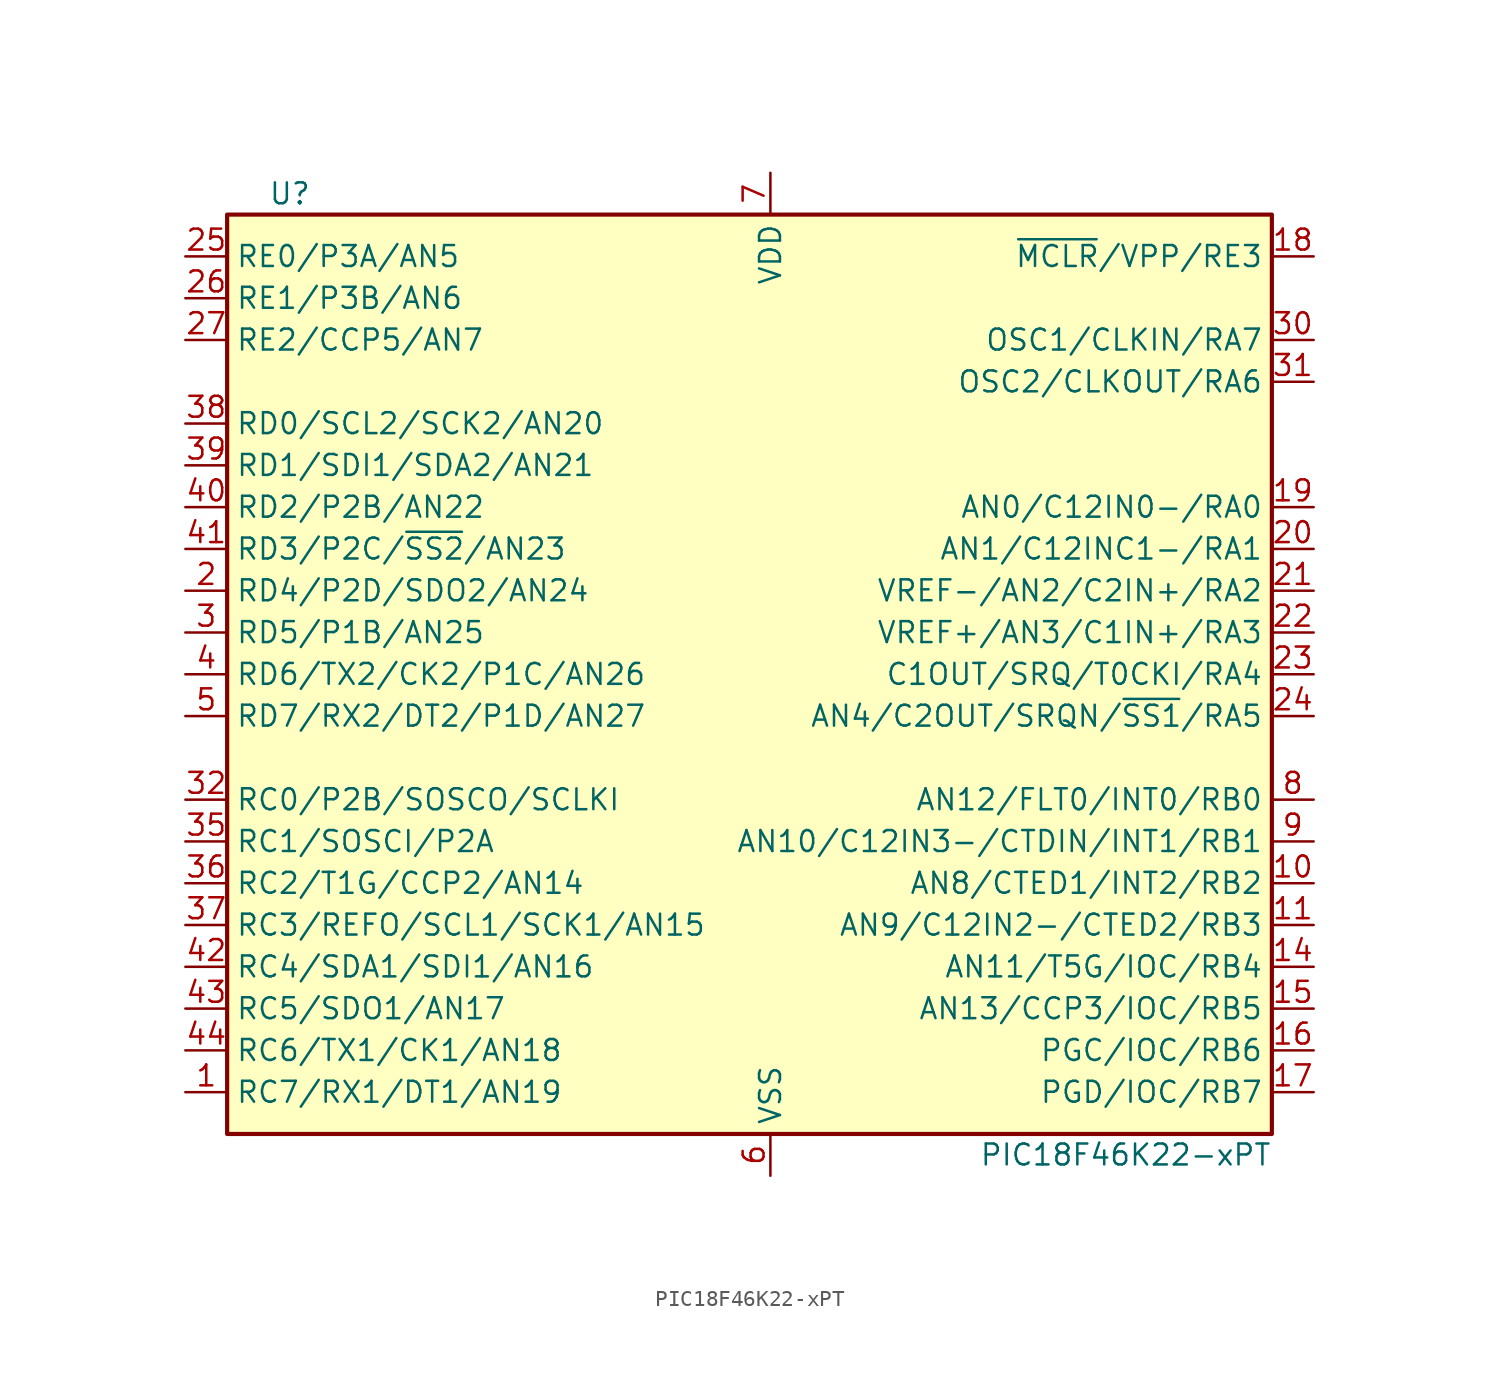
<source format=kicad_sym>
(kicad_symbol_lib
  (version 20211014)
  (generator kicad_symbol_editor)
  (symbol "PIC18F46K22-xPT"
    (property "Reference" "U"
      (at -29.21 29.21 0)
      (effects (font (size 1.27 1.27))))
    (property "Value" "PIC18F46K22-xPT"
      (at 21.59 -29.21 0)
      (effects (font (size 1.27 1.27))))
    (symbol "PIC18F46K22-xPT_0_1"
      (rectangle (start -33.02 27.94) (end 30.48 -27.94) (stroke (width 0.254) (type default) (color 0 0 0 0)) (fill (type background))))
    (symbol "PIC18F46K22-xPT_1_1"
      (pin bidirectional line (at -35.56 -25.4 0) (length 2.54) (name "RC7/RX1/DT1/AN19" (effects (font (size 1.27 1.27)))) (number "1" (effects (font (size 1.27 1.27)))))
      (pin bidirectional line (at 33.02 -12.7 180) (length 2.54) (name "AN8/CTED1/INT2/RB2" (effects (font (size 1.27 1.27)))) (number "10" (effects (font (size 1.27 1.27)))))
      (pin bidirectional line (at 33.02 -15.24 180) (length 2.54) (name "AN9/C12IN2-/CTED2/RB3" (effects (font (size 1.27 1.27)))) (number "11" (effects (font (size 1.27 1.27)))))
      (pin no_connect line (at -10.16 -27.94 90) (length 2.54) hide (name "NC" (effects (font (size 1.27 1.27)))) (number "12" (effects (font (size 1.27 1.27)))))
      (pin no_connect line (at -7.62 -27.94 90) (length 2.54) hide (name "NC" (effects (font (size 1.27 1.27)))) (number "13" (effects (font (size 1.27 1.27)))))
      (pin bidirectional line (at 33.02 -17.78 180) (length 2.54) (name "AN11/T5G/IOC/RB4" (effects (font (size 1.27 1.27)))) (number "14" (effects (font (size 1.27 1.27)))))
      (pin bidirectional line (at 33.02 -20.32 180) (length 2.54) (name "AN13/CCP3/IOC/RB5" (effects (font (size 1.27 1.27)))) (number "15" (effects (font (size 1.27 1.27)))))
      (pin bidirectional line (at 33.02 -22.86 180) (length 2.54) (name "PGC/IOC/RB6" (effects (font (size 1.27 1.27)))) (number "16" (effects (font (size 1.27 1.27)))))
      (pin bidirectional line (at 33.02 -25.4 180) (length 2.54) (name "PGD/IOC/RB7" (effects (font (size 1.27 1.27)))) (number "17" (effects (font (size 1.27 1.27)))))
      (pin bidirectional line (at 33.02 25.4 180) (length 2.54) (name "~{MCLR}/VPP/RE3" (effects (font (size 1.27 1.27)))) (number "18" (effects (font (size 1.27 1.27)))))
      (pin bidirectional line (at 33.02 10.16 180) (length 2.54) (name "AN0/C12IN0-/RA0" (effects (font (size 1.27 1.27)))) (number "19" (effects (font (size 1.27 1.27)))))
      (pin bidirectional line (at -35.56 5.08 0) (length 2.54) (name "RD4/P2D/SDO2/AN24" (effects (font (size 1.27 1.27)))) (number "2" (effects (font (size 1.27 1.27)))))
      (pin bidirectional line (at 33.02 7.62 180) (length 2.54) (name "AN1/C12INC1-/RA1" (effects (font (size 1.27 1.27)))) (number "20" (effects (font (size 1.27 1.27)))))
      (pin bidirectional line (at 33.02 5.08 180) (length 2.54) (name "VREF-/AN2/C2IN+/RA2" (effects (font (size 1.27 1.27)))) (number "21" (effects (font (size 1.27 1.27)))))
      (pin bidirectional line (at 33.02 2.54 180) (length 2.54) (name "VREF+/AN3/C1IN+/RA3" (effects (font (size 1.27 1.27)))) (number "22" (effects (font (size 1.27 1.27)))))
      (pin bidirectional line (at 33.02 0 180) (length 2.54) (name "C1OUT/SRQ/T0CKI/RA4" (effects (font (size 1.27 1.27)))) (number "23" (effects (font (size 1.27 1.27)))))
      (pin bidirectional line (at 33.02 -2.54 180) (length 2.54) (name "AN4/C2OUT/SRQN/~{SS1}/RA5" (effects (font (size 1.27 1.27)))) (number "24" (effects (font (size 1.27 1.27)))))
      (pin bidirectional line (at -35.56 25.4 0) (length 2.54) (name "RE0/P3A/AN5" (effects (font (size 1.27 1.27)))) (number "25" (effects (font (size 1.27 1.27)))))
      (pin bidirectional line (at -35.56 22.86 0) (length 2.54) (name "RE1/P3B/AN6" (effects (font (size 1.27 1.27)))) (number "26" (effects (font (size 1.27 1.27)))))
      (pin bidirectional line (at -35.56 20.32 0) (length 2.54) (name "RE2/CCP5/AN7" (effects (font (size 1.27 1.27)))) (number "27" (effects (font (size 1.27 1.27)))))
      (pin passive line (at 0 30.48 270) (length 2.54) hide (name "VDD" (effects (font (size 1.27 1.27)))) (number "28" (effects (font (size 1.27 1.27)))))
      (pin passive line (at 0 -30.48 90) (length 2.54) hide (name "VSS" (effects (font (size 1.27 1.27)))) (number "29" (effects (font (size 1.27 1.27)))))
      (pin bidirectional line (at -35.56 2.54 0) (length 2.54) (name "RD5/P1B/AN25" (effects (font (size 1.27 1.27)))) (number "3" (effects (font (size 1.27 1.27)))))
      (pin bidirectional line (at 33.02 20.32 180) (length 2.54) (name "OSC1/CLKIN/RA7" (effects (font (size 1.27 1.27)))) (number "30" (effects (font (size 1.27 1.27)))))
      (pin bidirectional line (at 33.02 17.78 180) (length 2.54) (name "OSC2/CLKOUT/RA6" (effects (font (size 1.27 1.27)))) (number "31" (effects (font (size 1.27 1.27)))))
      (pin bidirectional line (at -35.56 -7.62 0) (length 2.54) (name "RC0/P2B/SOSCO/SCLKI" (effects (font (size 1.27 1.27)))) (number "32" (effects (font (size 1.27 1.27)))))
      (pin no_connect line (at -5.08 -27.94 90) (length 2.54) hide (name "NC" (effects (font (size 1.27 1.27)))) (number "33" (effects (font (size 1.27 1.27)))))
      (pin no_connect line (at -2.54 -27.94 90) (length 2.54) hide (name "NC" (effects (font (size 1.27 1.27)))) (number "34" (effects (font (size 1.27 1.27)))))
      (pin bidirectional line (at -35.56 -10.16 0) (length 2.54) (name "RC1/SOSCI/P2A" (effects (font (size 1.27 1.27)))) (number "35" (effects (font (size 1.27 1.27)))))
      (pin bidirectional line (at -35.56 -12.7 0) (length 2.54) (name "RC2/T1G/CCP2/AN14" (effects (font (size 1.27 1.27)))) (number "36" (effects (font (size 1.27 1.27)))))
      (pin bidirectional line (at -35.56 -15.24 0) (length 2.54) (name "RC3/REFO/SCL1/SCK1/AN15" (effects (font (size 1.27 1.27)))) (number "37" (effects (font (size 1.27 1.27)))))
      (pin bidirectional line (at -35.56 15.24 0) (length 2.54) (name "RD0/SCL2/SCK2/AN20" (effects (font (size 1.27 1.27)))) (number "38" (effects (font (size 1.27 1.27)))))
      (pin bidirectional line (at -35.56 12.7 0) (length 2.54) (name "RD1/SDI1/SDA2/AN21" (effects (font (size 1.27 1.27)))) (number "39" (effects (font (size 1.27 1.27)))))
      (pin bidirectional line (at -35.56 0 0) (length 2.54) (name "RD6/TX2/CK2/P1C/AN26" (effects (font (size 1.27 1.27)))) (number "4" (effects (font (size 1.27 1.27)))))
      (pin bidirectional line (at -35.56 10.16 0) (length 2.54) (name "RD2/P2B/AN22" (effects (font (size 1.27 1.27)))) (number "40" (effects (font (size 1.27 1.27)))))
      (pin bidirectional line (at -35.56 7.62 0) (length 2.54) (name "RD3/P2C/~{SS2}/AN23" (effects (font (size 1.27 1.27)))) (number "41" (effects (font (size 1.27 1.27)))))
      (pin bidirectional line (at -35.56 -17.78 0) (length 2.54) (name "RC4/SDA1/SDI1/AN16" (effects (font (size 1.27 1.27)))) (number "42" (effects (font (size 1.27 1.27)))))
      (pin bidirectional line (at -35.56 -20.32 0) (length 2.54) (name "RC5/SDO1/AN17" (effects (font (size 1.27 1.27)))) (number "43" (effects (font (size 1.27 1.27)))))
      (pin bidirectional line (at -35.56 -22.86 0) (length 2.54) (name "RC6/TX1/CK1/AN18" (effects (font (size 1.27 1.27)))) (number "44" (effects (font (size 1.27 1.27)))))
      (pin bidirectional line (at -35.56 -2.54 0) (length 2.54) (name "RD7/RX2/DT2/P1D/AN27" (effects (font (size 1.27 1.27)))) (number "5" (effects (font (size 1.27 1.27)))))
      (pin power_in line (at 0 -30.48 90) (length 2.54) (name "VSS" (effects (font (size 1.27 1.27)))) (number "6" (effects (font (size 1.27 1.27)))))
      (pin power_in line (at 0 30.48 270) (length 2.54) (name "VDD" (effects (font (size 1.27 1.27)))) (number "7" (effects (font (size 1.27 1.27)))))
      (pin bidirectional line (at 33.02 -7.62 180) (length 2.54) (name "AN12/FLT0/INT0/RB0" (effects (font (size 1.27 1.27)))) (number "8" (effects (font (size 1.27 1.27)))))
      (pin bidirectional line (at 33.02 -10.16 180) (length 2.54) (name "AN10/C12IN3-/CTDIN/INT1/RB1" (effects (font (size 1.27 1.27)))) (number "9" (effects (font (size 1.27 1.27))))))))
</source>
